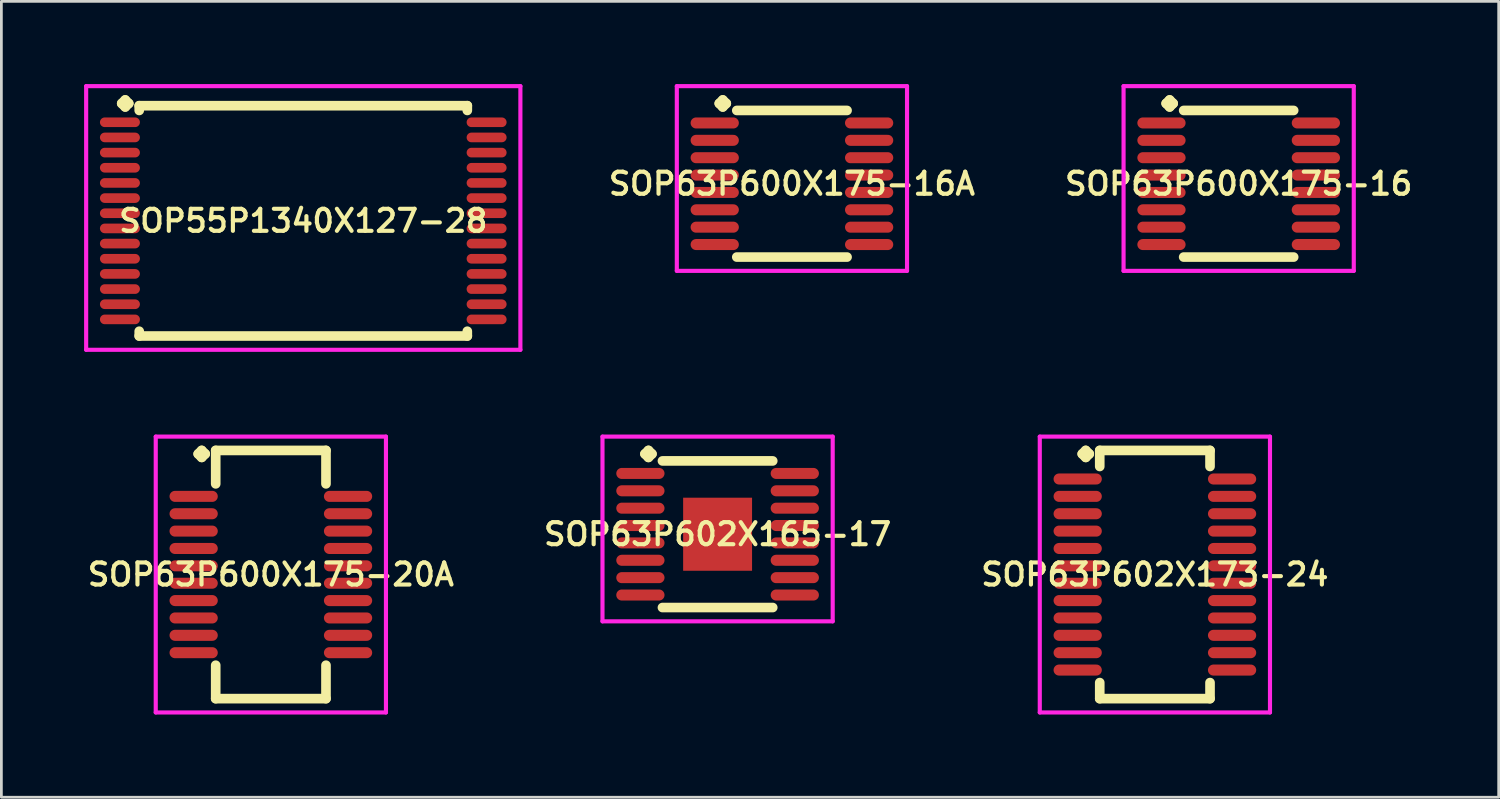
<source format=kicad_pcb>
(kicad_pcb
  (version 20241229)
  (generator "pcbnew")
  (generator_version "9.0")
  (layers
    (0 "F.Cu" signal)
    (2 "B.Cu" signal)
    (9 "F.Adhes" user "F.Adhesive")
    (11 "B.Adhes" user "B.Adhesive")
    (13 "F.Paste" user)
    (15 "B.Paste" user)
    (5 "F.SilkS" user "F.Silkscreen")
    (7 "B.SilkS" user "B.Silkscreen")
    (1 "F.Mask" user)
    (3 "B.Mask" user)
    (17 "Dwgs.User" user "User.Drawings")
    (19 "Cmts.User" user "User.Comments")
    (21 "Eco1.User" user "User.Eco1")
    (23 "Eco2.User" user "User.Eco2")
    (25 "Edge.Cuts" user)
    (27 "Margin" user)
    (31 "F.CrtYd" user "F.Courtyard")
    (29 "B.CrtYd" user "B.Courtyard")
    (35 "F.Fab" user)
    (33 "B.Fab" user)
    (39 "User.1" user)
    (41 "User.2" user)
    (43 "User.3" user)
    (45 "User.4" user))
  (footprint "SOP63P600X175-16"
    (layer "F.Cu")
    (at 41.878 3.615)
    (property "Reference" "SOP63P600X175-16" (at 0 0 0) (layer "F.SilkS") (effects (font (size 0.8 0.8) (thickness 0.15))))
    (attr smd)
    (fp_line (start -2.63 -2.913) (end -2.503 -3.04) (stroke (width 0.35) (type solid)) (layer "F.SilkS"))
    (fp_line (start -2.503 -3.04) (end -2.376 -2.913) (stroke (width 0.35) (type solid)) (layer "F.SilkS"))
    (fp_line (start -2.503 -2.786) (end -2.63 -2.913) (stroke (width 0.35) (type solid)) (layer "F.SilkS"))
    (fp_line (start -2.376 -2.913) (end -2.503 -2.786) (stroke (width 0.35) (type solid)) (layer "F.SilkS"))
    (fp_line (start -1.995 -2.659) (end 1.995 -2.659) (stroke (width 0.35) (type solid)) (layer "F.SilkS"))
    (fp_line (start -1.995 2.659) (end 1.995 2.659) (stroke (width 0.35) (type solid)) (layer "F.SilkS"))
    (fp_line (start -4.175 -3.54) (end 4.175 -3.54) (stroke (width 0.15) (type solid)) (layer "F.CrtYd"))
    (fp_line (start -4.175 3.159) (end -4.175 -3.54) (stroke (width 0.15) (type solid)) (layer "F.CrtYd"))
    (fp_line (start 4.175 -3.54) (end 4.175 3.159) (stroke (width 0.15) (type solid)) (layer "F.CrtYd"))
    (fp_line (start 4.175 3.159) (end -4.175 3.159) (stroke (width 0.15) (type solid)) (layer "F.CrtYd"))
    (pad "1" smd oval (at -2.8 -2.205) (size 1.75 0.4) (layers "F.Cu" "F.Mask" "F.Paste"))
    (pad "2" smd oval (at -2.8 -1.575) (size 1.75 0.4) (layers "F.Cu" "F.Mask" "F.Paste"))
    (pad "3" smd oval (at -2.8 -0.945) (size 1.75 0.4) (layers "F.Cu" "F.Mask" "F.Paste"))
    (pad "4" smd oval (at -2.8 -0.315) (size 1.75 0.4) (layers "F.Cu" "F.Mask" "F.Paste"))
    (pad "5" smd oval (at -2.8 0.315) (size 1.75 0.4) (layers "F.Cu" "F.Mask" "F.Paste"))
    (pad "6" smd oval (at -2.8 0.945) (size 1.75 0.4) (layers "F.Cu" "F.Mask" "F.Paste"))
    (pad "7" smd oval (at -2.8 1.575) (size 1.75 0.4) (layers "F.Cu" "F.Mask" "F.Paste"))
    (pad "8" smd oval (at -2.8 2.205) (size 1.75 0.4) (layers "F.Cu" "F.Mask" "F.Paste"))
    (pad "9" smd oval (at 2.8 2.205) (size 1.75 0.4) (layers "F.Cu" "F.Mask" "F.Paste"))
    (pad "10" smd oval (at 2.8 1.575) (size 1.75 0.4) (layers "F.Cu" "F.Mask" "F.Paste"))
    (pad "11" smd oval (at 2.8 0.945) (size 1.75 0.4) (layers "F.Cu" "F.Mask" "F.Paste"))
    (pad "12" smd oval (at 2.8 0.315) (size 1.75 0.4) (layers "F.Cu" "F.Mask" "F.Paste"))
    (pad "13" smd oval (at 2.8 -0.315) (size 1.75 0.4) (layers "F.Cu" "F.Mask" "F.Paste"))
    (pad "14" smd oval (at 2.8 -0.945) (size 1.75 0.4) (layers "F.Cu" "F.Mask" "F.Paste"))
    (pad "15" smd oval (at 2.8 -1.575) (size 1.75 0.4) (layers "F.Cu" "F.Mask" "F.Paste"))
    (pad "16" smd oval (at 2.8 -2.205) (size 1.75 0.4) (layers "F.Cu" "F.Mask" "F.Paste")))
  (footprint "SOP63P600X175-16A"
    (layer "F.Cu")
    (at 25.674 3.615)
    (property "Reference" "SOP63P600X175-16A" (at 0 0 0) (layer "F.SilkS") (effects (font (size 0.8 0.8) (thickness 0.15))))
    (attr smd)
    (fp_line (start -2.635 -2.913) (end -2.508 -3.04) (stroke (width 0.35) (type solid)) (layer "F.SilkS"))
    (fp_line (start -2.508 -3.04) (end -2.381 -2.913) (stroke (width 0.35) (type solid)) (layer "F.SilkS"))
    (fp_line (start -2.508 -2.786) (end -2.635 -2.913) (stroke (width 0.35) (type solid)) (layer "F.SilkS"))
    (fp_line (start -2.381 -2.913) (end -2.508 -2.786) (stroke (width 0.35) (type solid)) (layer "F.SilkS"))
    (fp_line (start -2 -2.659) (end 2 -2.659) (stroke (width 0.35) (type solid)) (layer "F.SilkS"))
    (fp_line (start -2 2.659) (end 2 2.659) (stroke (width 0.35) (type solid)) (layer "F.SilkS"))
    (fp_line (start -4.175 -3.54) (end 4.175 -3.54) (stroke (width 0.15) (type solid)) (layer "F.CrtYd"))
    (fp_line (start -4.175 3.159) (end -4.175 -3.54) (stroke (width 0.15) (type solid)) (layer "F.CrtYd"))
    (fp_line (start 4.175 -3.54) (end 4.175 3.159) (stroke (width 0.15) (type solid)) (layer "F.CrtYd"))
    (fp_line (start 4.175 3.159) (end -4.175 3.159) (stroke (width 0.15) (type solid)) (layer "F.CrtYd"))
    (pad "1" smd oval (at -2.8 -2.205) (size 1.75 0.4) (layers "F.Cu" "F.Mask" "F.Paste"))
    (pad "2" smd oval (at -2.8 -1.575) (size 1.75 0.4) (layers "F.Cu" "F.Mask" "F.Paste"))
    (pad "3" smd oval (at -2.8 -0.945) (size 1.75 0.4) (layers "F.Cu" "F.Mask" "F.Paste"))
    (pad "4" smd oval (at -2.8 -0.315) (size 1.75 0.4) (layers "F.Cu" "F.Mask" "F.Paste"))
    (pad "5" smd oval (at -2.8 0.315) (size 1.75 0.4) (layers "F.Cu" "F.Mask" "F.Paste"))
    (pad "6" smd oval (at -2.8 0.945) (size 1.75 0.4) (layers "F.Cu" "F.Mask" "F.Paste"))
    (pad "7" smd oval (at -2.8 1.575) (size 1.75 0.4) (layers "F.Cu" "F.Mask" "F.Paste"))
    (pad "8" smd oval (at -2.8 2.205) (size 1.75 0.4) (layers "F.Cu" "F.Mask" "F.Paste"))
    (pad "9" smd oval (at 2.8 2.205) (size 1.75 0.4) (layers "F.Cu" "F.Mask" "F.Paste"))
    (pad "10" smd oval (at 2.8 1.575) (size 1.75 0.4) (layers "F.Cu" "F.Mask" "F.Paste"))
    (pad "11" smd oval (at 2.8 0.945) (size 1.75 0.4) (layers "F.Cu" "F.Mask" "F.Paste"))
    (pad "12" smd oval (at 2.8 0.315) (size 1.75 0.4) (layers "F.Cu" "F.Mask" "F.Paste"))
    (pad "13" smd oval (at 2.8 -0.315) (size 1.75 0.4) (layers "F.Cu" "F.Mask" "F.Paste"))
    (pad "14" smd oval (at 2.8 -0.945) (size 1.75 0.4) (layers "F.Cu" "F.Mask" "F.Paste"))
    (pad "15" smd oval (at 2.8 -1.575) (size 1.75 0.4) (layers "F.Cu" "F.Mask" "F.Paste"))
    (pad "16" smd oval (at 2.8 -2.205) (size 1.75 0.4) (layers "F.Cu" "F.Mask" "F.Paste")))
  (footprint "SOP63P600X175-20A"
    (layer "F.Cu")
    (at 6.774 17.789)
    (property "Reference" "SOP63P600X175-20A" (at 0 0 0) (layer "F.SilkS") (effects (font (size 0.8 0.8) (thickness 0.15))))
    (attr smd)
    (fp_line (start -2.635 -4.375) (end -2.508 -4.502) (stroke (width 0.35) (type solid)) (layer "F.SilkS"))
    (fp_line (start -2.508 -4.502) (end -2.381 -4.375) (stroke (width 0.35) (type solid)) (layer "F.SilkS"))
    (fp_line (start -2.508 -4.248) (end -2.635 -4.375) (stroke (width 0.35) (type solid)) (layer "F.SilkS"))
    (fp_line (start -2.381 -4.375) (end -2.508 -4.248) (stroke (width 0.35) (type solid)) (layer "F.SilkS"))
    (fp_line (start -2 -4.502) (end 2 -4.502) (stroke (width 0.35) (type solid)) (layer "F.SilkS"))
    (fp_line (start -2 -3.289) (end -2 -4.502) (stroke (width 0.35) (type solid)) (layer "F.SilkS"))
    (fp_line (start -2 3.289) (end -2 4.502) (stroke (width 0.35) (type solid)) (layer "F.SilkS"))
    (fp_line (start -2 4.502) (end 2 4.502) (stroke (width 0.35) (type solid)) (layer "F.SilkS"))
    (fp_line (start 2 -4.502) (end 2 -3.289) (stroke (width 0.35) (type solid)) (layer "F.SilkS"))
    (fp_line (start 2 4.502) (end 2 3.289) (stroke (width 0.35) (type solid)) (layer "F.SilkS"))
    (fp_line (start -4.175 -5.002) (end 4.175 -5.002) (stroke (width 0.15) (type solid)) (layer "F.CrtYd"))
    (fp_line (start -4.175 5.002) (end -4.175 -5.002) (stroke (width 0.15) (type solid)) (layer "F.CrtYd"))
    (fp_line (start 4.175 -5.002) (end 4.175 5.002) (stroke (width 0.15) (type solid)) (layer "F.CrtYd"))
    (fp_line (start 4.175 5.002) (end -4.175 5.002) (stroke (width 0.15) (type solid)) (layer "F.CrtYd"))
    (pad "1" smd oval (at -2.8 -2.835) (size 1.75 0.4) (layers "F.Cu" "F.Mask" "F.Paste"))
    (pad "2" smd oval (at -2.8 -2.205) (size 1.75 0.4) (layers "F.Cu" "F.Mask" "F.Paste"))
    (pad "3" smd oval (at -2.8 -1.575) (size 1.75 0.4) (layers "F.Cu" "F.Mask" "F.Paste"))
    (pad "4" smd oval (at -2.8 -0.945) (size 1.75 0.4) (layers "F.Cu" "F.Mask" "F.Paste"))
    (pad "5" smd oval (at -2.8 -0.315) (size 1.75 0.4) (layers "F.Cu" "F.Mask" "F.Paste"))
    (pad "6" smd oval (at -2.8 0.315) (size 1.75 0.4) (layers "F.Cu" "F.Mask" "F.Paste"))
    (pad "7" smd oval (at -2.8 0.945) (size 1.75 0.4) (layers "F.Cu" "F.Mask" "F.Paste"))
    (pad "8" smd oval (at -2.8 1.575) (size 1.75 0.4) (layers "F.Cu" "F.Mask" "F.Paste"))
    (pad "9" smd oval (at -2.8 2.205) (size 1.75 0.4) (layers "F.Cu" "F.Mask" "F.Paste"))
    (pad "10" smd oval (at -2.8 2.835) (size 1.75 0.4) (layers "F.Cu" "F.Mask" "F.Paste"))
    (pad "11" smd oval (at 2.8 2.835) (size 1.75 0.4) (layers "F.Cu" "F.Mask" "F.Paste"))
    (pad "12" smd oval (at 2.8 2.205) (size 1.75 0.4) (layers "F.Cu" "F.Mask" "F.Paste"))
    (pad "13" smd oval (at 2.8 1.575) (size 1.75 0.4) (layers "F.Cu" "F.Mask" "F.Paste"))
    (pad "14" smd oval (at 2.8 0.945) (size 1.75 0.4) (layers "F.Cu" "F.Mask" "F.Paste"))
    (pad "15" smd oval (at 2.8 0.315) (size 1.75 0.4) (layers "F.Cu" "F.Mask" "F.Paste"))
    (pad "16" smd oval (at 2.8 -0.315) (size 1.75 0.4) (layers "F.Cu" "F.Mask" "F.Paste"))
    (pad "17" smd oval (at 2.8 -0.945) (size 1.75 0.4) (layers "F.Cu" "F.Mask" "F.Paste"))
    (pad "18" smd oval (at 2.8 -1.575) (size 1.75 0.4) (layers "F.Cu" "F.Mask" "F.Paste"))
    (pad "19" smd oval (at 2.8 -2.205) (size 1.75 0.4) (layers "F.Cu" "F.Mask" "F.Paste"))
    (pad "20" smd oval (at 2.8 -2.835) (size 1.75 0.4) (layers "F.Cu" "F.Mask" "F.Paste")))
  (footprint "SOP63P602X165-17"
    (layer "F.Cu")
    (at 22.978 16.327)
    (property "Reference" "SOP63P602X165-17" (at 0 0 0) (layer "F.SilkS") (effects (font (size 0.8 0.8) (thickness 0.15))))
    (attr through_hole)
    (fp_line (start -2.635 -2.913) (end -2.508 -3.04) (stroke (width 0.35) (type solid)) (layer "F.SilkS"))
    (fp_line (start -2.508 -3.04) (end -2.381 -2.913) (stroke (width 0.35) (type solid)) (layer "F.SilkS"))
    (fp_line (start -2.508 -2.786) (end -2.635 -2.913) (stroke (width 0.35) (type solid)) (layer "F.SilkS"))
    (fp_line (start -2.381 -2.913) (end -2.508 -2.786) (stroke (width 0.35) (type solid)) (layer "F.SilkS"))
    (fp_line (start -2 -2.659) (end 2 -2.659) (stroke (width 0.35) (type solid)) (layer "F.SilkS"))
    (fp_line (start -2 2.659) (end 2 2.659) (stroke (width 0.35) (type solid)) (layer "F.SilkS"))
    (fp_line (start -4.175 -3.54) (end 4.175 -3.54) (stroke (width 0.15) (type solid)) (layer "F.CrtYd"))
    (fp_line (start -4.175 3.159) (end -4.175 -3.54) (stroke (width 0.15) (type solid)) (layer "F.CrtYd"))
    (fp_line (start 4.175 -3.54) (end 4.175 3.159) (stroke (width 0.15) (type solid)) (layer "F.CrtYd"))
    (fp_line (start 4.175 3.159) (end -4.175 3.159) (stroke (width 0.15) (type solid)) (layer "F.CrtYd"))
    (pad "1" smd oval (at -2.8 -2.205) (size 1.75 0.4) (layers "F.Cu" "F.Mask" "F.Paste"))
    (pad "2" smd oval (at -2.8 -1.575) (size 1.75 0.4) (layers "F.Cu" "F.Mask" "F.Paste"))
    (pad "3" smd oval (at -2.8 -0.945) (size 1.75 0.4) (layers "F.Cu" "F.Mask" "F.Paste"))
    (pad "4" smd oval (at -2.8 -0.315) (size 1.75 0.4) (layers "F.Cu" "F.Mask" "F.Paste"))
    (pad "5" smd oval (at -2.8 0.315) (size 1.75 0.4) (layers "F.Cu" "F.Mask" "F.Paste"))
    (pad "6" smd oval (at -2.8 0.945) (size 1.75 0.4) (layers "F.Cu" "F.Mask" "F.Paste"))
    (pad "7" smd oval (at -2.8 1.575) (size 1.75 0.4) (layers "F.Cu" "F.Mask" "F.Paste"))
    (pad "8" smd oval (at -2.8 2.205) (size 1.75 0.4) (layers "F.Cu" "F.Mask" "F.Paste"))
    (pad "9" smd oval (at 2.8 2.205) (size 1.75 0.4) (layers "F.Cu" "F.Mask" "F.Paste"))
    (pad "10" smd oval (at 2.8 1.575) (size 1.75 0.4) (layers "F.Cu" "F.Mask" "F.Paste"))
    (pad "11" smd oval (at 2.8 0.945) (size 1.75 0.4) (layers "F.Cu" "F.Mask" "F.Paste"))
    (pad "12" smd oval (at 2.8 0.315) (size 1.75 0.4) (layers "F.Cu" "F.Mask" "F.Paste"))
    (pad "13" smd oval (at 2.8 -0.315) (size 1.75 0.4) (layers "F.Cu" "F.Mask" "F.Paste"))
    (pad "14" smd oval (at 2.8 -0.945) (size 1.75 0.4) (layers "F.Cu" "F.Mask" "F.Paste"))
    (pad "15" smd oval (at 2.8 -1.575) (size 1.75 0.4) (layers "F.Cu" "F.Mask" "F.Paste"))
    (pad "16" smd oval (at 2.8 -2.205) (size 1.75 0.4) (layers "F.Cu" "F.Mask" "F.Paste"))
    (pad "17" smd rect (at 0 0) (size 2.5 2.65) (layers "F.Cu" "F.Mask" "F.Paste")))
  (footprint "SOP63P602X173-24"
    (layer "F.Cu")
    (at 38.839 17.789)
    (property "Reference" "SOP63P602X173-24" (at 0 0 0) (layer "F.SilkS") (effects (font (size 0.8 0.8) (thickness 0.15))))
    (attr smd)
    (fp_line (start -2.635 -4.375) (end -2.508 -4.502) (stroke (width 0.35) (type solid)) (layer "F.SilkS"))
    (fp_line (start -2.508 -4.502) (end -2.381 -4.375) (stroke (width 0.35) (type solid)) (layer "F.SilkS"))
    (fp_line (start -2.508 -4.248) (end -2.635 -4.375) (stroke (width 0.35) (type solid)) (layer "F.SilkS"))
    (fp_line (start -2.381 -4.375) (end -2.508 -4.248) (stroke (width 0.35) (type solid)) (layer "F.SilkS"))
    (fp_line (start -2 -4.502) (end 2 -4.502) (stroke (width 0.35) (type solid)) (layer "F.SilkS"))
    (fp_line (start -2 -3.919) (end -2 -4.502) (stroke (width 0.35) (type solid)) (layer "F.SilkS"))
    (fp_line (start -2 3.919) (end -2 4.502) (stroke (width 0.35) (type solid)) (layer "F.SilkS"))
    (fp_line (start -2 4.502) (end 2 4.502) (stroke (width 0.35) (type solid)) (layer "F.SilkS"))
    (fp_line (start 2 -4.502) (end 2 -3.919) (stroke (width 0.35) (type solid)) (layer "F.SilkS"))
    (fp_line (start 2 4.502) (end 2 3.919) (stroke (width 0.35) (type solid)) (layer "F.SilkS"))
    (fp_line (start -4.175 -5.002) (end 4.175 -5.002) (stroke (width 0.15) (type solid)) (layer "F.CrtYd"))
    (fp_line (start -4.175 5.002) (end -4.175 -5.002) (stroke (width 0.15) (type solid)) (layer "F.CrtYd"))
    (fp_line (start 4.175 -5.002) (end 4.175 5.002) (stroke (width 0.15) (type solid)) (layer "F.CrtYd"))
    (fp_line (start 4.175 5.002) (end -4.175 5.002) (stroke (width 0.15) (type solid)) (layer "F.CrtYd"))
    (pad "1" smd oval (at -2.8 -3.465) (size 1.75 0.4) (layers "F.Cu" "F.Mask" "F.Paste"))
    (pad "2" smd oval (at -2.8 -2.835) (size 1.75 0.4) (layers "F.Cu" "F.Mask" "F.Paste"))
    (pad "3" smd oval (at -2.8 -2.205) (size 1.75 0.4) (layers "F.Cu" "F.Mask" "F.Paste"))
    (pad "4" smd oval (at -2.8 -1.575) (size 1.75 0.4) (layers "F.Cu" "F.Mask" "F.Paste"))
    (pad "5" smd oval (at -2.8 -0.945) (size 1.75 0.4) (layers "F.Cu" "F.Mask" "F.Paste"))
    (pad "6" smd oval (at -2.8 -0.315) (size 1.75 0.4) (layers "F.Cu" "F.Mask" "F.Paste"))
    (pad "7" smd oval (at -2.8 0.315) (size 1.75 0.4) (layers "F.Cu" "F.Mask" "F.Paste"))
    (pad "8" smd oval (at -2.8 0.945) (size 1.75 0.4) (layers "F.Cu" "F.Mask" "F.Paste"))
    (pad "9" smd oval (at -2.8 1.575) (size 1.75 0.4) (layers "F.Cu" "F.Mask" "F.Paste"))
    (pad "10" smd oval (at -2.8 2.205) (size 1.75 0.4) (layers "F.Cu" "F.Mask" "F.Paste"))
    (pad "11" smd oval (at -2.8 2.835) (size 1.75 0.4) (layers "F.Cu" "F.Mask" "F.Paste"))
    (pad "12" smd oval (at -2.8 3.465) (size 1.75 0.4) (layers "F.Cu" "F.Mask" "F.Paste"))
    (pad "13" smd oval (at 2.8 3.465) (size 1.75 0.4) (layers "F.Cu" "F.Mask" "F.Paste"))
    (pad "14" smd oval (at 2.8 2.835) (size 1.75 0.4) (layers "F.Cu" "F.Mask" "F.Paste"))
    (pad "15" smd oval (at 2.8 2.205) (size 1.75 0.4) (layers "F.Cu" "F.Mask" "F.Paste"))
    (pad "16" smd oval (at 2.8 1.575) (size 1.75 0.4) (layers "F.Cu" "F.Mask" "F.Paste"))
    (pad "17" smd oval (at 2.8 0.945) (size 1.75 0.4) (layers "F.Cu" "F.Mask" "F.Paste"))
    (pad "18" smd oval (at 2.8 0.315) (size 1.75 0.4) (layers "F.Cu" "F.Mask" "F.Paste"))
    (pad "19" smd oval (at 2.8 -0.315) (size 1.75 0.4) (layers "F.Cu" "F.Mask" "F.Paste"))
    (pad "20" smd oval (at 2.8 -0.945) (size 1.75 0.4) (layers "F.Cu" "F.Mask" "F.Paste"))
    (pad "21" smd oval (at 2.8 -1.575) (size 1.75 0.4) (layers "F.Cu" "F.Mask" "F.Paste"))
    (pad "22" smd oval (at 2.8 -2.205) (size 1.75 0.4) (layers "F.Cu" "F.Mask" "F.Paste"))
    (pad "23" smd oval (at 2.8 -2.835) (size 1.75 0.4) (layers "F.Cu" "F.Mask" "F.Paste"))
    (pad "24" smd oval (at 2.8 -3.465) (size 1.75 0.4) (layers "F.Cu" "F.Mask" "F.Paste")))
  (footprint "SOP55P1340X127-28"
    (layer "F.Cu")
    (at 7.95 4.96)
    (property "Reference" "SOP55P1340X127-28" (at 0 0 0) (layer "F.SilkS") (effects (font (size 0.8 0.8) (thickness 0.15))))
    (attr through_hole)
    (fp_line (start -6.585 -4.258) (end -6.458 -4.385) (stroke (width 0.35) (type solid)) (layer "F.SilkS"))
    (fp_line (start -6.458 -4.385) (end -6.331 -4.258) (stroke (width 0.35) (type solid)) (layer "F.SilkS"))
    (fp_line (start -6.458 -4.131) (end -6.585 -4.258) (stroke (width 0.35) (type solid)) (layer "F.SilkS"))
    (fp_line (start -6.331 -4.258) (end -6.458 -4.131) (stroke (width 0.35) (type solid)) (layer "F.SilkS"))
    (fp_line (start -5.95 -4.177) (end 5.95 -4.177) (stroke (width 0.35) (type solid)) (layer "F.SilkS"))
    (fp_line (start -5.95 -4.004) (end -5.95 -4.177) (stroke (width 0.35) (type solid)) (layer "F.SilkS"))
    (fp_line (start -5.95 4.004) (end -5.95 4.177) (stroke (width 0.35) (type solid)) (layer "F.SilkS"))
    (fp_line (start -5.95 4.177) (end 5.95 4.177) (stroke (width 0.35) (type solid)) (layer "F.SilkS"))
    (fp_line (start 5.95 -4.177) (end 5.95 -4.004) (stroke (width 0.35) (type solid)) (layer "F.SilkS"))
    (fp_line (start 5.95 4.177) (end 5.95 4.004) (stroke (width 0.35) (type solid)) (layer "F.SilkS"))
    (fp_line (start -7.875 -4.885) (end 7.875 -4.885) (stroke (width 0.15) (type solid)) (layer "F.CrtYd"))
    (fp_line (start -7.875 4.677) (end -7.875 -4.885) (stroke (width 0.15) (type solid)) (layer "F.CrtYd"))
    (fp_line (start 7.875 -4.885) (end 7.875 4.677) (stroke (width 0.15) (type solid)) (layer "F.CrtYd"))
    (fp_line (start 7.875 4.677) (end -7.875 4.677) (stroke (width 0.15) (type solid)) (layer "F.CrtYd"))
    (pad "1" smd oval (at -6.65 -3.575) (size 1.45 0.35) (layers "F.Cu" "F.Mask" "F.Paste"))
    (pad "2" smd oval (at -6.65 -3.025) (size 1.45 0.35) (layers "F.Cu" "F.Mask" "F.Paste"))
    (pad "3" smd oval (at -6.65 -2.475) (size 1.45 0.35) (layers "F.Cu" "F.Mask" "F.Paste"))
    (pad "4" smd oval (at -6.65 -1.925) (size 1.45 0.35) (layers "F.Cu" "F.Mask" "F.Paste"))
    (pad "5" smd oval (at -6.65 -1.375) (size 1.45 0.35) (layers "F.Cu" "F.Mask" "F.Paste"))
    (pad "6" smd oval (at -6.65 -0.825) (size 1.45 0.35) (layers "F.Cu" "F.Mask" "F.Paste"))
    (pad "7" smd oval (at -6.65 -0.275) (size 1.45 0.35) (layers "F.Cu" "F.Mask" "F.Paste"))
    (pad "8" smd oval (at -6.65 0.275) (size 1.45 0.35) (layers "F.Cu" "F.Mask" "F.Paste"))
    (pad "9" smd oval (at -6.65 0.825) (size 1.45 0.35) (layers "F.Cu" "F.Mask" "F.Paste"))
    (pad "10" smd oval (at -6.65 1.375) (size 1.45 0.35) (layers "F.Cu" "F.Mask" "F.Paste"))
    (pad "11" smd oval (at -6.65 1.925) (size 1.45 0.35) (layers "F.Cu" "F.Mask" "F.Paste"))
    (pad "12" smd oval (at -6.65 2.475) (size 1.45 0.35) (layers "F.Cu" "F.Mask" "F.Paste"))
    (pad "13" smd oval (at -6.65 3.025) (size 1.45 0.35) (layers "F.Cu" "F.Mask" "F.Paste"))
    (pad "14" smd oval (at -6.65 3.575) (size 1.45 0.35) (layers "F.Cu" "F.Mask" "F.Paste"))
    (pad "15" smd oval (at 6.65 3.575) (size 1.45 0.35) (layers "F.Cu" "F.Mask" "F.Paste"))
    (pad "16" smd oval (at 6.65 3.025) (size 1.45 0.35) (layers "F.Cu" "F.Mask" "F.Paste"))
    (pad "17" smd oval (at 6.65 2.475) (size 1.45 0.35) (layers "F.Cu" "F.Mask" "F.Paste"))
    (pad "18" smd oval (at 6.65 1.925) (size 1.45 0.35) (layers "F.Cu" "F.Mask" "F.Paste"))
    (pad "19" smd oval (at 6.65 1.375) (size 1.45 0.35) (layers "F.Cu" "F.Mask" "F.Paste"))
    (pad "20" smd oval (at 6.65 0.825) (size 1.45 0.35) (layers "F.Cu" "F.Mask" "F.Paste"))
    (pad "21" smd oval (at 6.65 0.275) (size 1.45 0.35) (layers "F.Cu" "F.Mask" "F.Paste"))
    (pad "22" smd oval (at 6.65 -0.275) (size 1.45 0.35) (layers "F.Cu" "F.Mask" "F.Paste"))
    (pad "23" smd oval (at 6.65 -0.825) (size 1.45 0.35) (layers "F.Cu" "F.Mask" "F.Paste"))
    (pad "24" smd oval (at 6.65 -1.375) (size 1.45 0.35) (layers "F.Cu" "F.Mask" "F.Paste"))
    (pad "25" smd oval (at 6.65 -1.925) (size 1.45 0.35) (layers "F.Cu" "F.Mask" "F.Paste"))
    (pad "26" smd oval (at 6.65 -2.475) (size 1.45 0.35) (layers "F.Cu" "F.Mask" "F.Paste"))
    (pad "27" smd oval (at 6.65 -3.025) (size 1.45 0.35) (layers "F.Cu" "F.Mask" "F.Paste"))
    (pad "28" smd oval (at 6.65 -3.575) (size 1.45 0.35) (layers "F.Cu" "F.Mask" "F.Paste")))
  (gr_rect
    (start -3 -3)
    (end 51.309 25.866)
    (stroke (width 0.1) (type default))
    (fill no)
    (layer "Edge.Cuts")))
</source>
